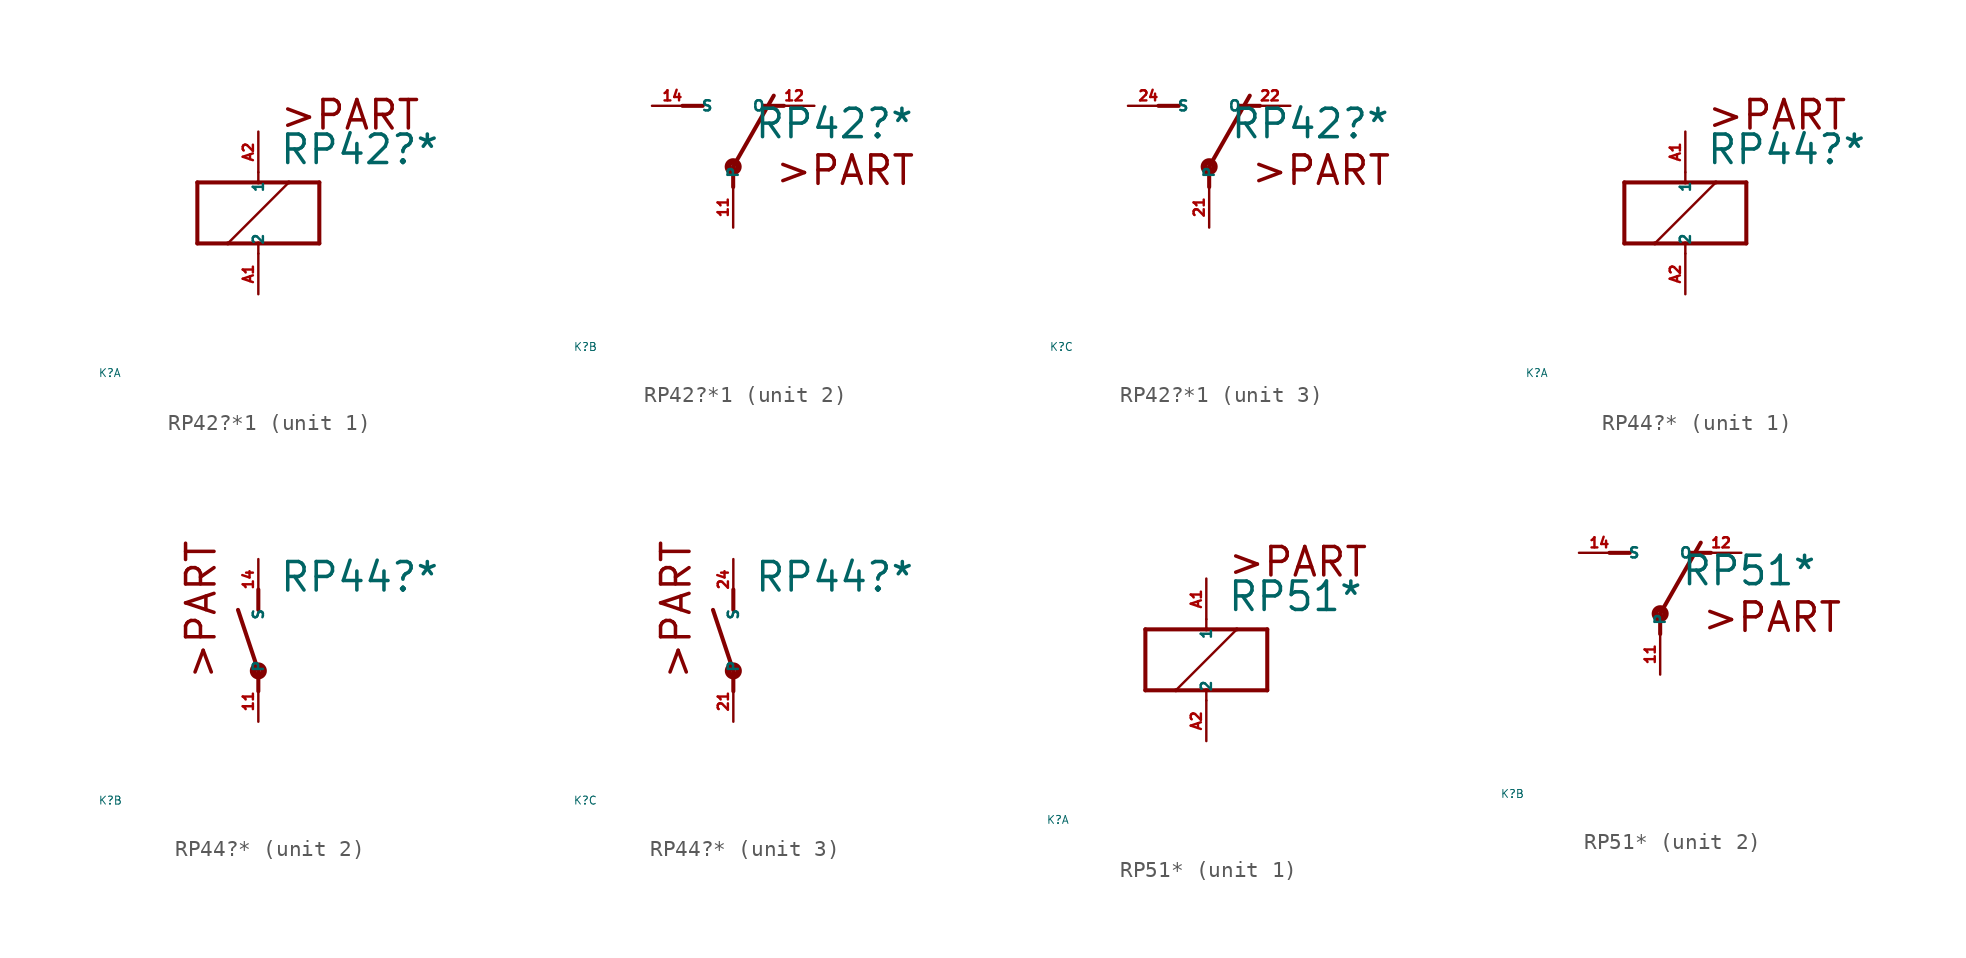
<source format=kicad_sym>
(kicad_symbol_lib
  (version 20220914)
  (generator Eagle2Kicad)
  (symbol "RP42?*1"
    (property "Reference" "K"
      (at -10 -10 0)
      (effects (font (size 0.5 0.5) (thickness 0.06)) (justify left)))
    (property "Value" "RP42?*"
      (at 1.27 2.921 0)
      (effects (font (size 1.778 1.778) (thickness 0.22)) (justify left bottom)))
    (symbol "RP42?*1_1_0"
      (polyline (pts (xy -3.81 -1.905) (xy -1.905 -1.905)) (stroke (width 0.254) (type default)) (fill (type none)))
      (polyline (pts (xy 3.81 -1.905) (xy 3.81 1.905)) (stroke (width 0.254) (type default)) (fill (type none)))
      (polyline (pts (xy 3.81 1.905) (xy 1.905 1.905)) (stroke (width 0.254) (type default)) (fill (type none)))
      (polyline (pts (xy -3.81 1.905) (xy -3.81 -1.905)) (stroke (width 0.254) (type default)) (fill (type none)))
      (polyline (pts (xy 0 -2.54) (xy 0 -1.905)) (stroke (width 0.152) (type default)) (fill (type none)))
      (polyline (pts (xy 0 -1.905) (xy 3.81 -1.905)) (stroke (width 0.254) (type default)) (fill (type none)))
      (polyline (pts (xy 0 2.54) (xy 0 1.905)) (stroke (width 0.152) (type default)) (fill (type none)))
      (polyline (pts (xy 0 1.905) (xy -3.81 1.905)) (stroke (width 0.254) (type default)) (fill (type none)))
      (polyline (pts (xy -1.905 -1.905) (xy 1.905 1.905)) (stroke (width 0.152) (type default)) (fill (type none)))
      (polyline (pts (xy -1.905 -1.905) (xy 0 -1.905)) (stroke (width 0.254) (type default)) (fill (type none)))
      (polyline (pts (xy 1.905 1.905) (xy 0 1.905)) (stroke (width 0.254) (type default)) (fill (type none)))
      (text ">PART" (at 1.27 5.08 0) (effects (font (size 1.778 1.778) (thickness 0.22)) (justify left bottom)))
      (pin passive line (at 0 -5.08 90) (length 2.54) (name "2" (effects (font (size 0.635 0.635) (thickness 0.08)) (justify left bottom))) (number "A1" (effects (font (size 0.635 0.635) (thickness 0.08)) (justify left bottom))))
      (pin passive line (at 0 5.08 270) (length 2.54) (name "1" (effects (font (size 0.635 0.635) (thickness 0.08)) (justify left bottom))) (number "A2" (effects (font (size 0.635 0.635) (thickness 0.08)) (justify left bottom)))))
    (symbol "RP42?*1_2_0"
      (polyline (pts (xy 3.175 5.08) (xy 1.905 5.08)) (stroke (width 0.254) (type default)) (fill (type none)))
      (polyline (pts (xy -3.175 5.08) (xy -1.905 5.08)) (stroke (width 0.254) (type default)) (fill (type none)))
      (polyline (pts (xy 0 1.27) (xy 2.54 5.715)) (stroke (width 0.254) (type default)) (fill (type none)))
      (polyline (pts (xy 0 1.27) (xy 0 0)) (stroke (width 0.254) (type default)) (fill (type none)))
      (text ">PART" (at 2.54 0 0) (effects (font (size 1.778 1.778) (thickness 0.22)) (justify left bottom)))
      (circle (center 0 1.27) (radius 0.127) (stroke (width 0.406) (type default)) (fill (type none)))
      (pin passive line (at 5.08 5.08 180) (length 2.54) (name "O" (effects (font (size 0.635 0.635) (thickness 0.08)) (justify left bottom))) (number "12" (effects (font (size 0.635 0.635) (thickness 0.08)) (justify left bottom))))
      (pin passive line (at -5.08 5.08 0) (length 2.54) (name "S" (effects (font (size 0.635 0.635) (thickness 0.08)) (justify left bottom))) (number "14" (effects (font (size 0.635 0.635) (thickness 0.08)) (justify left bottom))))
      (pin passive line (at 0 -2.54 90) (length 2.54) (name "P" (effects (font (size 0.635 0.635) (thickness 0.08)) (justify left bottom))) (number "11" (effects (font (size 0.635 0.635) (thickness 0.08)) (justify left bottom)))))
    (symbol "RP42?*1_3_0"
      (polyline (pts (xy 3.175 5.08) (xy 1.905 5.08)) (stroke (width 0.254) (type default)) (fill (type none)))
      (polyline (pts (xy -3.175 5.08) (xy -1.905 5.08)) (stroke (width 0.254) (type default)) (fill (type none)))
      (polyline (pts (xy 0 1.27) (xy 2.54 5.715)) (stroke (width 0.254) (type default)) (fill (type none)))
      (polyline (pts (xy 0 1.27) (xy 0 0)) (stroke (width 0.254) (type default)) (fill (type none)))
      (text ">PART" (at 2.54 0 0) (effects (font (size 1.778 1.778) (thickness 0.22)) (justify left bottom)))
      (circle (center 0 1.27) (radius 0.127) (stroke (width 0.406) (type default)) (fill (type none)))
      (pin passive line (at 5.08 5.08 180) (length 2.54) (name "O" (effects (font (size 0.635 0.635) (thickness 0.08)) (justify left bottom))) (number "22" (effects (font (size 0.635 0.635) (thickness 0.08)) (justify left bottom))))
      (pin passive line (at -5.08 5.08 0) (length 2.54) (name "S" (effects (font (size 0.635 0.635) (thickness 0.08)) (justify left bottom))) (number "24" (effects (font (size 0.635 0.635) (thickness 0.08)) (justify left bottom))))
      (pin passive line (at 0 -2.54 90) (length 2.54) (name "P" (effects (font (size 0.635 0.635) (thickness 0.08)) (justify left bottom))) (number "21" (effects (font (size 0.635 0.635) (thickness 0.08)) (justify left bottom))))))
  (symbol "RP44?*"
    (property "Reference" "K"
      (at -10 -10 0)
      (effects (font (size 0.5 0.5) (thickness 0.06)) (justify left)))
    (property "Value" "RP44?*"
      (at 1.27 2.921 0)
      (effects (font (size 1.778 1.778) (thickness 0.22)) (justify left bottom)))
    (symbol "RP44?*_1_0"
      (polyline (pts (xy -3.81 -1.905) (xy -1.905 -1.905)) (stroke (width 0.254) (type default)) (fill (type none)))
      (polyline (pts (xy 3.81 -1.905) (xy 3.81 1.905)) (stroke (width 0.254) (type default)) (fill (type none)))
      (polyline (pts (xy 3.81 1.905) (xy 1.905 1.905)) (stroke (width 0.254) (type default)) (fill (type none)))
      (polyline (pts (xy -3.81 1.905) (xy -3.81 -1.905)) (stroke (width 0.254) (type default)) (fill (type none)))
      (polyline (pts (xy 0 -2.54) (xy 0 -1.905)) (stroke (width 0.152) (type default)) (fill (type none)))
      (polyline (pts (xy 0 -1.905) (xy 3.81 -1.905)) (stroke (width 0.254) (type default)) (fill (type none)))
      (polyline (pts (xy 0 2.54) (xy 0 1.905)) (stroke (width 0.152) (type default)) (fill (type none)))
      (polyline (pts (xy 0 1.905) (xy -3.81 1.905)) (stroke (width 0.254) (type default)) (fill (type none)))
      (polyline (pts (xy -1.905 -1.905) (xy 1.905 1.905)) (stroke (width 0.152) (type default)) (fill (type none)))
      (polyline (pts (xy -1.905 -1.905) (xy 0 -1.905)) (stroke (width 0.254) (type default)) (fill (type none)))
      (polyline (pts (xy 1.905 1.905) (xy 0 1.905)) (stroke (width 0.254) (type default)) (fill (type none)))
      (text ">PART" (at 1.27 5.08 0) (effects (font (size 1.778 1.778) (thickness 0.22)) (justify left bottom)))
      (pin passive line (at 0 -5.08 90) (length 2.54) (name "2" (effects (font (size 0.635 0.635) (thickness 0.08)) (justify left bottom))) (number "A2" (effects (font (size 0.635 0.635) (thickness 0.08)) (justify left bottom))))
      (pin passive line (at 0 5.08 270) (length 2.54) (name "1" (effects (font (size 0.635 0.635) (thickness 0.08)) (justify left bottom))) (number "A1" (effects (font (size 0.635 0.635) (thickness 0.08)) (justify left bottom)))))
    (symbol "RP44?*_2_0"
      (polyline (pts (xy 0 3.175) (xy 0 1.905)) (stroke (width 0.254) (type default)) (fill (type none)))
      (polyline (pts (xy 0 -3.175) (xy 0 -1.905)) (stroke (width 0.254) (type default)) (fill (type none)))
      (polyline (pts (xy 0 -1.905) (xy -1.27 1.905)) (stroke (width 0.254) (type default)) (fill (type none)))
      (text ">PART" (at -2.54 -2.54 900) (effects (font (size 1.778 1.778) (thickness 0.22)) (justify left bottom)))
      (circle (center 0 -1.905) (radius 0.127) (stroke (width 0.406) (type default)) (fill (type none)))
      (pin passive line (at 0 -5.08 90) (length 2.54) (name "P" (effects (font (size 0.635 0.635) (thickness 0.08)) (justify left bottom))) (number "11" (effects (font (size 0.635 0.635) (thickness 0.08)) (justify left bottom))))
      (pin passive line (at 0 5.08 270) (length 2.54) (name "S" (effects (font (size 0.635 0.635) (thickness 0.08)) (justify left bottom))) (number "14" (effects (font (size 0.635 0.635) (thickness 0.08)) (justify left bottom)))))
    (symbol "RP44?*_3_0"
      (polyline (pts (xy 0 3.175) (xy 0 1.905)) (stroke (width 0.254) (type default)) (fill (type none)))
      (polyline (pts (xy 0 -3.175) (xy 0 -1.905)) (stroke (width 0.254) (type default)) (fill (type none)))
      (polyline (pts (xy 0 -1.905) (xy -1.27 1.905)) (stroke (width 0.254) (type default)) (fill (type none)))
      (text ">PART" (at -2.54 -2.54 900) (effects (font (size 1.778 1.778) (thickness 0.22)) (justify left bottom)))
      (circle (center 0 -1.905) (radius 0.127) (stroke (width 0.406) (type default)) (fill (type none)))
      (pin passive line (at 0 -5.08 90) (length 2.54) (name "P" (effects (font (size 0.635 0.635) (thickness 0.08)) (justify left bottom))) (number "21" (effects (font (size 0.635 0.635) (thickness 0.08)) (justify left bottom))))
      (pin passive line (at 0 5.08 270) (length 2.54) (name "S" (effects (font (size 0.635 0.635) (thickness 0.08)) (justify left bottom))) (number "24" (effects (font (size 0.635 0.635) (thickness 0.08)) (justify left bottom))))))
  (symbol "RP51*"
    (property "Reference" "K"
      (at -10 -10 0)
      (effects (font (size 0.5 0.5) (thickness 0.06)) (justify left)))
    (property "Value" "RP51*"
      (at 1.27 2.921 0)
      (effects (font (size 1.778 1.778) (thickness 0.22)) (justify left bottom)))
    (symbol "RP51*_1_0"
      (polyline (pts (xy -3.81 -1.905) (xy -1.905 -1.905)) (stroke (width 0.254) (type default)) (fill (type none)))
      (polyline (pts (xy 3.81 -1.905) (xy 3.81 1.905)) (stroke (width 0.254) (type default)) (fill (type none)))
      (polyline (pts (xy 3.81 1.905) (xy 1.905 1.905)) (stroke (width 0.254) (type default)) (fill (type none)))
      (polyline (pts (xy -3.81 1.905) (xy -3.81 -1.905)) (stroke (width 0.254) (type default)) (fill (type none)))
      (polyline (pts (xy 0 -2.54) (xy 0 -1.905)) (stroke (width 0.152) (type default)) (fill (type none)))
      (polyline (pts (xy 0 -1.905) (xy 3.81 -1.905)) (stroke (width 0.254) (type default)) (fill (type none)))
      (polyline (pts (xy 0 2.54) (xy 0 1.905)) (stroke (width 0.152) (type default)) (fill (type none)))
      (polyline (pts (xy 0 1.905) (xy -3.81 1.905)) (stroke (width 0.254) (type default)) (fill (type none)))
      (polyline (pts (xy -1.905 -1.905) (xy 1.905 1.905)) (stroke (width 0.152) (type default)) (fill (type none)))
      (polyline (pts (xy -1.905 -1.905) (xy 0 -1.905)) (stroke (width 0.254) (type default)) (fill (type none)))
      (polyline (pts (xy 1.905 1.905) (xy 0 1.905)) (stroke (width 0.254) (type default)) (fill (type none)))
      (text ">PART" (at 1.27 5.08 0) (effects (font (size 1.778 1.778) (thickness 0.22)) (justify left bottom)))
      (pin passive line (at 0 -5.08 90) (length 2.54) (name "2" (effects (font (size 0.635 0.635) (thickness 0.08)) (justify left bottom))) (number "A2" (effects (font (size 0.635 0.635) (thickness 0.08)) (justify left bottom))))
      (pin passive line (at 0 5.08 270) (length 2.54) (name "1" (effects (font (size 0.635 0.635) (thickness 0.08)) (justify left bottom))) (number "A1" (effects (font (size 0.635 0.635) (thickness 0.08)) (justify left bottom)))))
    (symbol "RP51*_2_0"
      (polyline (pts (xy 3.175 5.08) (xy 1.905 5.08)) (stroke (width 0.254) (type default)) (fill (type none)))
      (polyline (pts (xy -3.175 5.08) (xy -1.905 5.08)) (stroke (width 0.254) (type default)) (fill (type none)))
      (polyline (pts (xy 0 1.27) (xy 2.54 5.715)) (stroke (width 0.254) (type default)) (fill (type none)))
      (polyline (pts (xy 0 1.27) (xy 0 0)) (stroke (width 0.254) (type default)) (fill (type none)))
      (text ">PART" (at 2.54 0 0) (effects (font (size 1.778 1.778) (thickness 0.22)) (justify left bottom)))
      (circle (center 0 1.27) (radius 0.127) (stroke (width 0.406) (type default)) (fill (type none)))
      (pin passive line (at 5.08 5.08 180) (length 2.54) (name "O" (effects (font (size 0.635 0.635) (thickness 0.08)) (justify left bottom))) (number "12" (effects (font (size 0.635 0.635) (thickness 0.08)) (justify left bottom))))
      (pin passive line (at -5.08 5.08 0) (length 2.54) (name "S" (effects (font (size 0.635 0.635) (thickness 0.08)) (justify left bottom))) (number "14" (effects (font (size 0.635 0.635) (thickness 0.08)) (justify left bottom))))
      (pin passive line (at 0 -2.54 90) (length 2.54) (name "P" (effects (font (size 0.635 0.635) (thickness 0.08)) (justify left bottom))) (number "11" (effects (font (size 0.635 0.635) (thickness 0.08)) (justify left bottom)))))))
</source>
